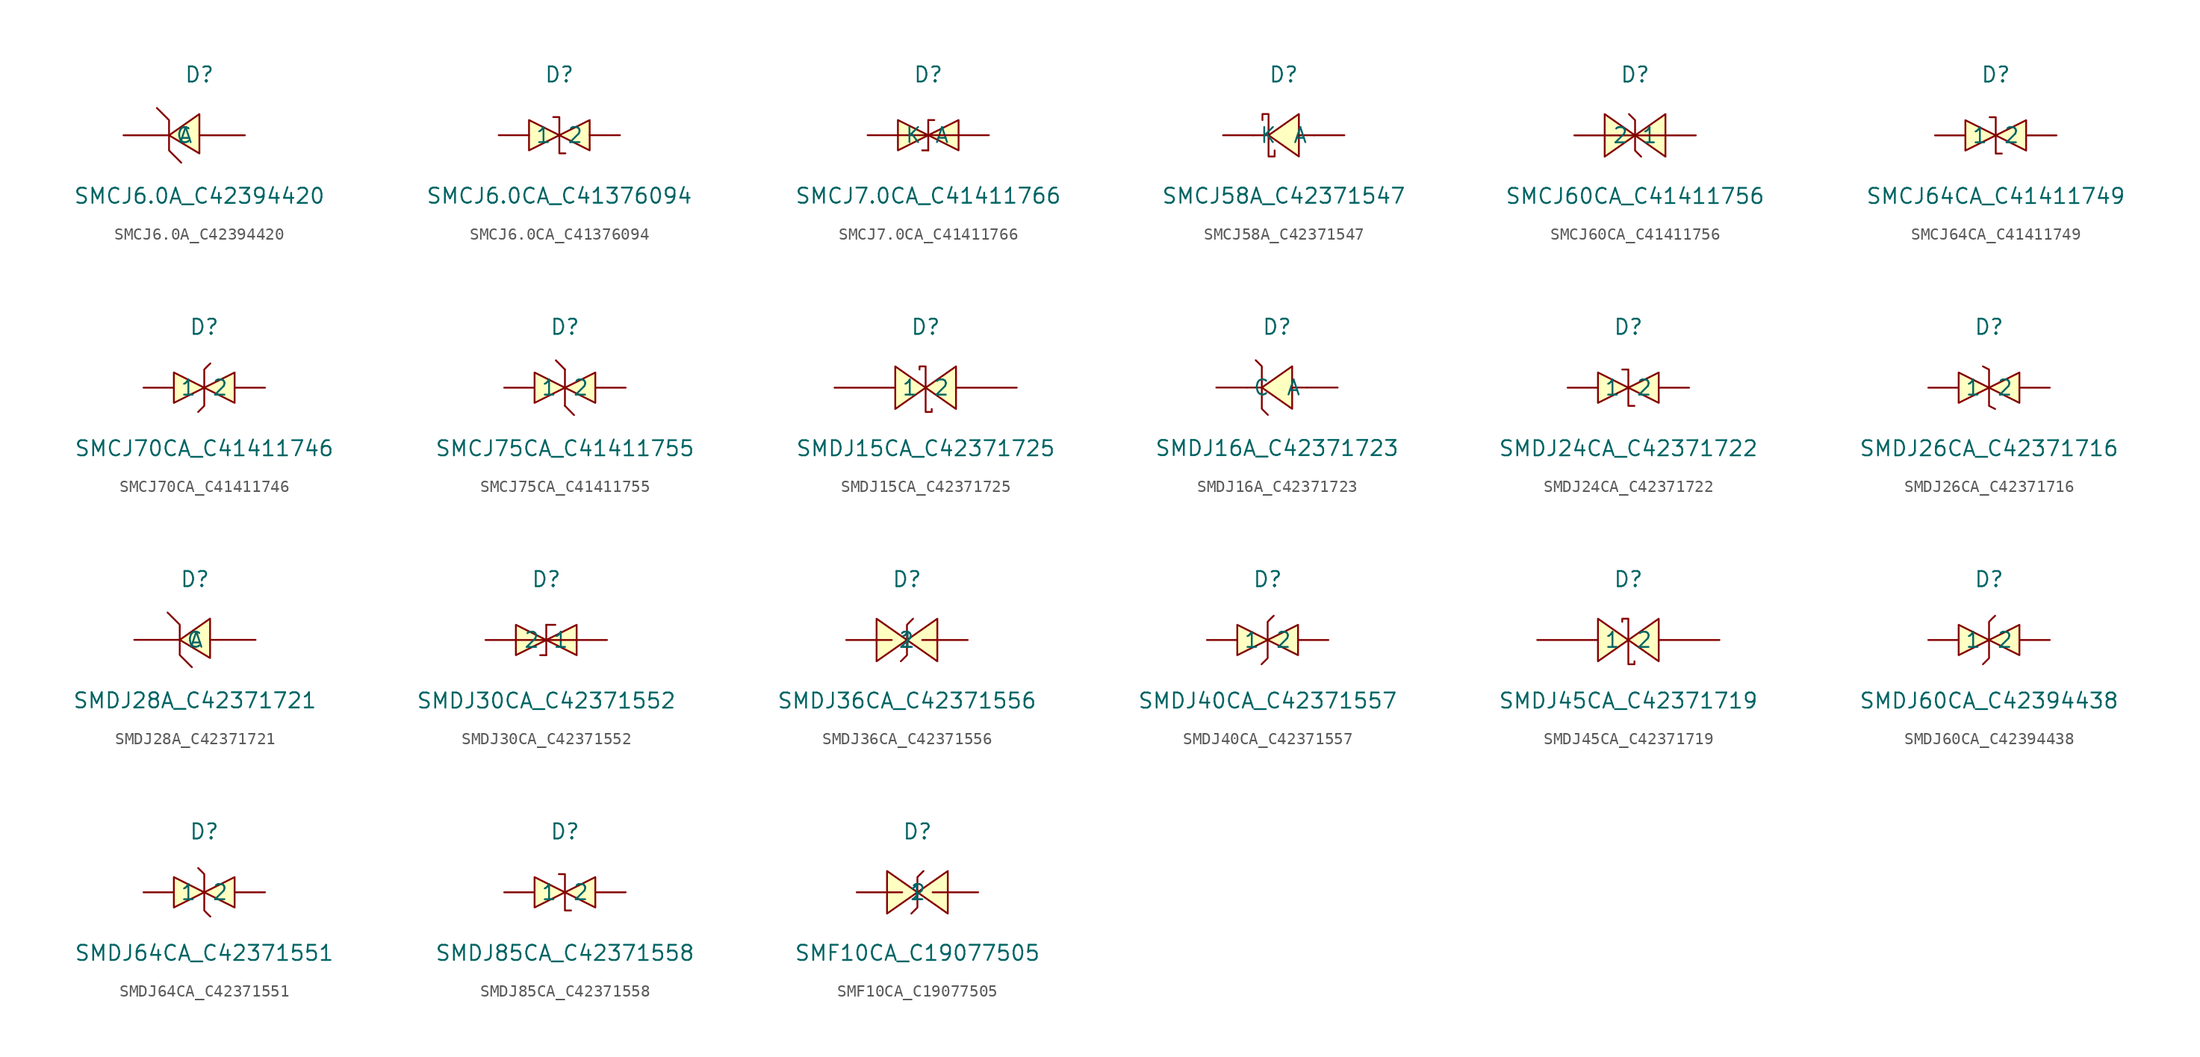
<source format=kicad_sym>
(kicad_symbol_lib
  (version 20241209)
  (generator "kicad_symbol_editor")
  (generator_version "9.0")
  (symbol "SMCJ6.0A_C42394420"
    (pin_numbers
      (hide yes))
    (property "Reference" "D"
      (at 0 5.08 0)
      (effects (font (size 1.27 1.27))))
    (property "Value" "SMCJ6.0A_C42394420"
      (at 0 -5.08 0)
      (effects (font (size 1.27 1.27))))
    (symbol "SMCJ6.0A_C42394420_0_1"
      (polyline (pts (xy -3.56 2.29) (xy -2.54 1.27) (xy -2.54 -1.27) (xy -1.52 -2.29)) (stroke (width 0) (type default)) (fill (type none)))
      (polyline (pts (xy 0 -1.52) (xy -2.54 0) (xy 0 1.78) (xy 0 -1.52)) (stroke (width 0) (type default)) (fill (type background)))
      (pin unspecified line (at -6.35 0 0) (length 3.81) (name "C" (effects (font (size 1.27 1.27)))) (number "1" (effects (font (size 1.27 1.27)))))
      (pin unspecified line (at 3.81 0 180) (length 3.81) (name "A" (effects (font (size 1.27 1.27)))) (number "2" (effects (font (size 1.27 1.27)))))))
  (symbol "SMCJ6.0CA_C41376094"
    (pin_numbers
      (hide yes))
    (property "Reference" "D"
      (at 0 5.08 0)
      (effects (font (size 1.27 1.27))))
    (property "Value" "SMCJ6.0CA_C41376094"
      (at 0 -5.08 0)
      (effects (font (size 1.27 1.27))))
    (symbol "SMCJ6.0CA_C41376094_0_1"
      (polyline (pts (xy -2.54 1.27) (xy 0 0) (xy -2.54 -1.27) (xy -2.54 1.27)) (stroke (width 0) (type default)) (fill (type background)))
      (polyline (pts (xy -0.51 1.52) (xy -0.51 1.52) (xy 0 1.52) (xy 0 -1.52) (xy 0.51 -1.52) (xy 0.51 -1.52)) (stroke (width 0) (type default)) (fill (type none)))
      (polyline (pts (xy 2.54 1.27) (xy 0 0) (xy 2.54 -1.27) (xy 2.54 1.27)) (stroke (width 0) (type default)) (fill (type background)))
      (pin unspecified line (at -5.08 0 0) (length 2.54) (name "1" (effects (font (size 1.27 1.27)))) (number "1" (effects (font (size 1.27 1.27)))))
      (pin unspecified line (at 5.08 0 180) (length 2.54) (name "2" (effects (font (size 1.27 1.27)))) (number "2" (effects (font (size 1.27 1.27)))))))
  (symbol "SMCJ7.0CA_C41411766"
    (pin_numbers
      (hide yes))
    (property "Reference" "D"
      (at 0 5.08 0)
      (effects (font (size 1.27 1.27))))
    (property "Value" "SMCJ7.0CA_C41411766"
      (at 0 -5.08 0)
      (effects (font (size 1.27 1.27))))
    (symbol "SMCJ7.0CA_C41411766_0_1"
      (polyline (pts (xy -2.54 -1.27) (xy 0 0) (xy -2.54 1.27) (xy -2.54 -1.27)) (stroke (width 0) (type default)) (fill (type background)))
      (polyline (pts (xy 0 1.27) (xy 0 0)) (stroke (width 0) (type default)) (fill (type none)))
      (polyline (pts (xy 0 0) (xy 0 -1.27)) (stroke (width 0) (type default)) (fill (type none)))
      (polyline (pts (xy 0 -1.27) (xy -0.51 -1.27)) (stroke (width 0) (type default)) (fill (type none)))
      (polyline (pts (xy 0.51 1.27) (xy 0 1.27)) (stroke (width 0) (type default)) (fill (type none)))
      (polyline (pts (xy 2.54 -1.27) (xy 0 0) (xy 2.54 1.27) (xy 2.54 -1.27)) (stroke (width 0) (type default)) (fill (type background)))
      (pin unspecified line (at -5.08 0 0) (length 5.08) (name "A" (effects (font (size 1.27 1.27)))) (number "2" (effects (font (size 1.27 1.27)))))
      (pin unspecified line (at 5.08 0 180) (length 5.08) (name "K" (effects (font (size 1.27 1.27)))) (number "1" (effects (font (size 1.27 1.27)))))))
  (symbol "SMCJ58A_C42371547"
    (pin_numbers
      (hide yes))
    (property "Reference" "D"
      (at 0 5.08 0)
      (effects (font (size 1.27 1.27))))
    (property "Value" "SMCJ58A_C42371547"
      (at 0 -5.08 0)
      (effects (font (size 1.27 1.27))))
    (symbol "SMCJ58A_C42371547_0_1"
      (polyline (pts (xy -1.78 1.27) (xy -1.78 1.78) (xy -1.27 1.78) (xy -1.27 -1.78) (xy -0.76 -1.78) (xy -0.76 -1.27)) (stroke (width 0) (type default)) (fill (type none)))
      (polyline (pts (xy -1.27 0) (xy -2.54 0)) (stroke (width 0) (type default)) (fill (type none)))
      (polyline (pts (xy 1.27 1.78) (xy -1.27 0) (xy 1.27 -1.78) (xy 1.27 1.78)) (stroke (width 0) (type default)) (fill (type background)))
      (polyline (pts (xy 2.54 0) (xy 1.27 0)) (stroke (width 0) (type default)) (fill (type none)))
      (pin unspecified line (at -5.08 0 0) (length 2.54) (name "K" (effects (font (size 1.27 1.27)))) (number "1" (effects (font (size 1.27 1.27)))))
      (pin unspecified line (at 5.08 0 180) (length 2.54) (name "A" (effects (font (size 1.27 1.27)))) (number "2" (effects (font (size 1.27 1.27)))))))
  (symbol "SMCJ60CA_C41411756"
    (pin_numbers
      (hide yes))
    (property "Reference" "D"
      (at 0 5.08 0)
      (effects (font (size 1.27 1.27))))
    (property "Value" "SMCJ60CA_C41411756"
      (at 0 -5.08 0)
      (effects (font (size 1.27 1.27))))
    (symbol "SMCJ60CA_C41411756_0_1"
      (polyline (pts (xy -2.54 -1.78) (xy 0 0) (xy -2.54 1.78) (xy -2.54 -1.78)) (stroke (width 0) (type default)) (fill (type background)))
      (polyline (pts (xy -0.51 1.78) (xy 0 1.27) (xy 0 -1.27) (xy 0.51 -1.78)) (stroke (width 0) (type default)) (fill (type none)))
      (polyline (pts (xy 2.54 1.78) (xy 0 0) (xy 2.54 -1.78) (xy 2.54 1.78)) (stroke (width 0) (type default)) (fill (type background)))
      (pin unspecified line (at -5.08 0 0) (length 5.08) (name "1" (effects (font (size 1.27 1.27)))) (number "1" (effects (font (size 1.27 1.27)))))
      (pin unspecified line (at 5.08 0 180) (length 5.08) (name "2" (effects (font (size 1.27 1.27)))) (number "2" (effects (font (size 1.27 1.27)))))))
  (symbol "SMCJ64CA_C41411749"
    (pin_numbers
      (hide yes))
    (property "Reference" "D"
      (at 0 5.08 0)
      (effects (font (size 1.27 1.27))))
    (property "Value" "SMCJ64CA_C41411749"
      (at 0 -5.08 0)
      (effects (font (size 1.27 1.27))))
    (symbol "SMCJ64CA_C41411749_0_1"
      (polyline (pts (xy -2.54 1.27) (xy 0 0) (xy -2.54 -1.27) (xy -2.54 1.27)) (stroke (width 0) (type default)) (fill (type background)))
      (polyline (pts (xy -0.51 1.52) (xy -0.51 1.52) (xy 0 1.52) (xy 0 -1.52) (xy 0.51 -1.52) (xy 0.51 -1.52)) (stroke (width 0) (type default)) (fill (type none)))
      (polyline (pts (xy 2.54 1.27) (xy 0 0) (xy 2.54 -1.27) (xy 2.54 1.27)) (stroke (width 0) (type default)) (fill (type background)))
      (pin unspecified line (at -5.08 0 0) (length 2.54) (name "1" (effects (font (size 1.27 1.27)))) (number "1" (effects (font (size 1.27 1.27)))))
      (pin unspecified line (at 5.08 0 180) (length 2.54) (name "2" (effects (font (size 1.27 1.27)))) (number "2" (effects (font (size 1.27 1.27)))))))
  (symbol "SMCJ70CA_C41411746"
    (pin_numbers
      (hide yes))
    (property "Reference" "D"
      (at 0 5.08 0)
      (effects (font (size 1.27 1.27))))
    (property "Value" "SMCJ70CA_C41411746"
      (at 0 -5.08 0)
      (effects (font (size 1.27 1.27))))
    (symbol "SMCJ70CA_C41411746_0_1"
      (polyline (pts (xy -2.54 1.27) (xy 0 0) (xy -2.54 -1.27) (xy -2.54 1.27)) (stroke (width 0) (type default)) (fill (type background)))
      (polyline (pts (xy 0.51 2.03) (xy 0.25 1.78) (xy 0 1.52) (xy 0 -1.52) (xy -0.51 -2.03) (xy -0.51 -2.03)) (stroke (width 0) (type default)) (fill (type none)))
      (polyline (pts (xy 2.54 1.27) (xy 0 0) (xy 2.54 -1.27) (xy 2.54 1.27)) (stroke (width 0) (type default)) (fill (type background)))
      (pin unspecified line (at -5.08 0 0) (length 2.54) (name "1" (effects (font (size 1.27 1.27)))) (number "1" (effects (font (size 1.27 1.27)))))
      (pin unspecified line (at 5.08 0 180) (length 2.54) (name "2" (effects (font (size 1.27 1.27)))) (number "2" (effects (font (size 1.27 1.27)))))))
  (symbol "SMCJ75CA_C41411755"
    (pin_numbers
      (hide yes))
    (property "Reference" "D"
      (at 0 5.08 0)
      (effects (font (size 1.27 1.27))))
    (property "Value" "SMCJ75CA_C41411755"
      (at 0 -5.08 0)
      (effects (font (size 1.27 1.27))))
    (symbol "SMCJ75CA_C41411755_0_1"
      (polyline (pts (xy -2.54 1.27) (xy 0 0) (xy -2.54 -1.27) (xy -2.54 1.27)) (stroke (width 0) (type default)) (fill (type background)))
      (polyline (pts (xy 0 1.52) (xy -0.76 2.29)) (stroke (width 0) (type default)) (fill (type none)))
      (polyline (pts (xy 0 1.52) (xy 0 -1.52)) (stroke (width 0) (type default)) (fill (type none)))
      (polyline (pts (xy 0.76 -2.29) (xy 0 -1.52)) (stroke (width 0) (type default)) (fill (type none)))
      (polyline (pts (xy 2.54 1.27) (xy 0 0) (xy 2.54 -1.27) (xy 2.54 1.27)) (stroke (width 0) (type default)) (fill (type background)))
      (pin unspecified line (at -5.08 0 0) (length 2.54) (name "1" (effects (font (size 1.27 1.27)))) (number "1" (effects (font (size 1.27 1.27)))))
      (pin unspecified line (at 5.08 0 180) (length 2.54) (name "2" (effects (font (size 1.27 1.27)))) (number "2" (effects (font (size 1.27 1.27)))))))
  (symbol "SMDJ15CA_C42371725"
    (pin_numbers
      (hide yes))
    (property "Reference" "D"
      (at 0 5.08 0)
      (effects (font (size 1.27 1.27))))
    (property "Value" "SMDJ15CA_C42371725"
      (at 0 -5.08 0)
      (effects (font (size 1.27 1.27))))
    (symbol "SMDJ15CA_C42371725_0_1"
      (polyline (pts (xy -2.54 -1.78) (xy 0 0) (xy -2.54 1.78) (xy -2.54 -1.78)) (stroke (width 0) (type default)) (fill (type background)))
      (polyline (pts (xy -0.51 1.52) (xy -0.51 1.78) (xy 0 1.78) (xy 0 -2.03) (xy 0.51 -2.03) (xy 0.51 -1.78)) (stroke (width 0) (type default)) (fill (type none)))
      (polyline (pts (xy 2.54 1.78) (xy 0 0) (xy 2.54 -1.78) (xy 2.54 1.78)) (stroke (width 0) (type default)) (fill (type background)))
      (pin unspecified line (at -7.62 0 0) (length 5.08) (name "1" (effects (font (size 1.27 1.27)))) (number "1" (effects (font (size 1.27 1.27)))))
      (pin unspecified line (at 7.62 0 180) (length 5.08) (name "2" (effects (font (size 1.27 1.27)))) (number "2" (effects (font (size 1.27 1.27)))))))
  (symbol "SMDJ16A_C42371723"
    (pin_numbers
      (hide yes))
    (property "Reference" "D"
      (at 0 5.08 0)
      (effects (font (size 1.27 1.27))))
    (property "Value" "SMDJ16A_C42371723"
      (at 0 -5.08 0)
      (effects (font (size 1.27 1.27))))
    (symbol "SMDJ16A_C42371723_0_1"
      (polyline (pts (xy -1.78 2.29) (xy -1.78 2.29) (xy -1.27 1.78) (xy -1.27 -1.78) (xy -0.76 -2.29) (xy -0.76 -2.29)) (stroke (width 0) (type default)) (fill (type none)))
      (polyline (pts (xy -1.27 0) (xy -2.54 0)) (stroke (width 0) (type default)) (fill (type none)))
      (polyline (pts (xy 1.27 1.78) (xy -1.27 0) (xy 1.27 -1.78) (xy 1.27 1.78)) (stroke (width 0) (type default)) (fill (type background)))
      (polyline (pts (xy 2.54 0) (xy 1.27 0)) (stroke (width 0) (type default)) (fill (type none)))
      (pin unspecified line (at -5.08 0 0) (length 2.54) (name "C" (effects (font (size 1.27 1.27)))) (number "1" (effects (font (size 1.27 1.27)))))
      (pin unspecified line (at 5.08 0 180) (length 2.54) (name "A" (effects (font (size 1.27 1.27)))) (number "2" (effects (font (size 1.27 1.27)))))))
  (symbol "SMDJ24CA_C42371722"
    (pin_numbers
      (hide yes))
    (property "Reference" "D"
      (at 0 5.08 0)
      (effects (font (size 1.27 1.27))))
    (property "Value" "SMDJ24CA_C42371722"
      (at 0 -5.08 0)
      (effects (font (size 1.27 1.27))))
    (symbol "SMDJ24CA_C42371722_0_1"
      (polyline (pts (xy -2.54 1.27) (xy 0 0) (xy -2.54 -1.27) (xy -2.54 1.27)) (stroke (width 0) (type default)) (fill (type background)))
      (polyline (pts (xy -0.51 1.52) (xy -0.51 1.52) (xy 0 1.52) (xy 0 -1.52) (xy 0.51 -1.52) (xy 0.51 -1.52)) (stroke (width 0) (type default)) (fill (type none)))
      (polyline (pts (xy 2.54 1.27) (xy 0 0) (xy 2.54 -1.27) (xy 2.54 1.27)) (stroke (width 0) (type default)) (fill (type background)))
      (pin unspecified line (at -5.08 0 0) (length 2.54) (name "1" (effects (font (size 1.27 1.27)))) (number "1" (effects (font (size 1.27 1.27)))))
      (pin unspecified line (at 5.08 0 180) (length 2.54) (name "2" (effects (font (size 1.27 1.27)))) (number "2" (effects (font (size 1.27 1.27)))))))
  (symbol "SMDJ26CA_C42371716"
    (pin_numbers
      (hide yes))
    (property "Reference" "D"
      (at 0 5.08 0)
      (effects (font (size 1.27 1.27))))
    (property "Value" "SMDJ26CA_C42371716"
      (at 0 -5.08 0)
      (effects (font (size 1.27 1.27))))
    (symbol "SMDJ26CA_C42371716_0_1"
      (polyline (pts (xy -2.54 1.27) (xy 0 0) (xy -2.54 -1.27) (xy -2.54 1.27)) (stroke (width 0) (type default)) (fill (type background)))
      (polyline (pts (xy -0.51 1.78) (xy -0.51 1.78) (xy 0 1.52) (xy 0 -1.52) (xy 0.51 -1.78) (xy 0.51 -1.78)) (stroke (width 0) (type default)) (fill (type none)))
      (polyline (pts (xy 2.54 1.27) (xy 0 0) (xy 2.54 -1.27) (xy 2.54 1.27)) (stroke (width 0) (type default)) (fill (type background)))
      (pin unspecified line (at -5.08 0 0) (length 2.54) (name "1" (effects (font (size 1.27 1.27)))) (number "1" (effects (font (size 1.27 1.27)))))
      (pin unspecified line (at 5.08 0 180) (length 2.54) (name "2" (effects (font (size 1.27 1.27)))) (number "2" (effects (font (size 1.27 1.27)))))))
  (symbol "SMDJ28A_C42371721"
    (pin_numbers
      (hide yes))
    (property "Reference" "D"
      (at 0 5.08 0)
      (effects (font (size 1.27 1.27))))
    (property "Value" "SMDJ28A_C42371721"
      (at 0 -5.08 0)
      (effects (font (size 1.27 1.27))))
    (symbol "SMDJ28A_C42371721_0_1"
      (polyline (pts (xy -2.29 2.29) (xy -1.27 1.27) (xy -1.27 -1.27) (xy -0.25 -2.29)) (stroke (width 0) (type default)) (fill (type none)))
      (polyline (pts (xy 1.27 -1.52) (xy -1.27 0) (xy 1.27 1.78) (xy 1.27 -1.52)) (stroke (width 0) (type default)) (fill (type background)))
      (pin unspecified line (at -5.08 0 0) (length 3.81) (name "C" (effects (font (size 1.27 1.27)))) (number "1" (effects (font (size 1.27 1.27)))))
      (pin unspecified line (at 5.08 0 180) (length 3.81) (name "A" (effects (font (size 1.27 1.27)))) (number "2" (effects (font (size 1.27 1.27)))))))
  (symbol "SMDJ30CA_C42371552"
    (pin_numbers
      (hide yes))
    (property "Reference" "D"
      (at 0 5.08 0)
      (effects (font (size 1.27 1.27))))
    (property "Value" "SMDJ30CA_C42371552"
      (at 0 -5.08 0)
      (effects (font (size 1.27 1.27))))
    (symbol "SMDJ30CA_C42371552_0_1"
      (polyline (pts (xy -2.54 1.27) (xy 0 0) (xy -2.54 -1.27) (xy -2.54 1.27)) (stroke (width 0) (type default)) (fill (type background)))
      (polyline (pts (xy -0.51 -1.27) (xy 0 -1.27)) (stroke (width 0) (type default)) (fill (type none)))
      (polyline (pts (xy 0 1.27) (xy 0.76 1.27)) (stroke (width 0) (type default)) (fill (type none)))
      (polyline (pts (xy 0 0) (xy 0 1.27)) (stroke (width 0) (type default)) (fill (type none)))
      (polyline (pts (xy 0 -1.27) (xy 0 0)) (stroke (width 0) (type default)) (fill (type none)))
      (polyline (pts (xy 2.54 1.27) (xy 0 0) (xy 2.54 -1.27) (xy 2.54 1.27)) (stroke (width 0) (type default)) (fill (type background)))
      (pin unspecified line (at -5.08 0 0) (length 5.08) (name "1" (effects (font (size 1.27 1.27)))) (number "1" (effects (font (size 1.27 1.27)))))
      (pin unspecified line (at 5.08 0 180) (length 5.08) (name "2" (effects (font (size 1.27 1.27)))) (number "2" (effects (font (size 1.27 1.27)))))))
  (symbol "SMDJ36CA_C42371556"
    (pin_numbers
      (hide yes))
    (property "Reference" "D"
      (at 0 5.08 0)
      (effects (font (size 1.27 1.27))))
    (property "Value" "SMDJ36CA_C42371556"
      (at 0 -5.08 0)
      (effects (font (size 1.27 1.27))))
    (symbol "SMDJ36CA_C42371556_0_1"
      (polyline (pts (xy -2.54 -1.78) (xy 0 0) (xy -2.54 1.78) (xy -2.54 -1.78)) (stroke (width 0) (type default)) (fill (type background)))
      (polyline (pts (xy -0.51 -1.78) (xy 0 -1.27) (xy 0 1.27) (xy 0.51 1.78)) (stroke (width 0) (type default)) (fill (type none)))
      (polyline (pts (xy 2.54 1.78) (xy 0 0) (xy 2.54 -1.78) (xy 2.54 1.78)) (stroke (width 0) (type default)) (fill (type background)))
      (pin unspecified line (at -5.08 0 0) (length 3.81) (name "2" (effects (font (size 1.27 1.27)))) (number "2" (effects (font (size 1.27 1.27)))))
      (pin unspecified line (at 5.08 0 180) (length 3.81) (name "1" (effects (font (size 1.27 1.27)))) (number "1" (effects (font (size 1.27 1.27)))))))
  (symbol "SMDJ40CA_C42371557"
    (pin_numbers
      (hide yes))
    (property "Reference" "D"
      (at 0 5.08 0)
      (effects (font (size 1.27 1.27))))
    (property "Value" "SMDJ40CA_C42371557"
      (at 0 -5.08 0)
      (effects (font (size 1.27 1.27))))
    (symbol "SMDJ40CA_C42371557_0_1"
      (polyline (pts (xy -2.54 1.27) (xy 0 0) (xy -2.54 -1.27) (xy -2.54 1.27)) (stroke (width 0) (type default)) (fill (type background)))
      (polyline (pts (xy 0.51 2.03) (xy 0.25 1.78) (xy 0 1.52) (xy 0 -1.52) (xy -0.51 -2.03) (xy -0.51 -2.03)) (stroke (width 0) (type default)) (fill (type none)))
      (polyline (pts (xy 2.54 1.27) (xy 0 0) (xy 2.54 -1.27) (xy 2.54 1.27)) (stroke (width 0) (type default)) (fill (type background)))
      (pin unspecified line (at -5.08 0 0) (length 2.54) (name "1" (effects (font (size 1.27 1.27)))) (number "1" (effects (font (size 1.27 1.27)))))
      (pin unspecified line (at 5.08 0 180) (length 2.54) (name "2" (effects (font (size 1.27 1.27)))) (number "2" (effects (font (size 1.27 1.27)))))))
  (symbol "SMDJ45CA_C42371719"
    (pin_numbers
      (hide yes))
    (property "Reference" "D"
      (at 0 5.08 0)
      (effects (font (size 1.27 1.27))))
    (property "Value" "SMDJ45CA_C42371719"
      (at 0 -5.08 0)
      (effects (font (size 1.27 1.27))))
    (symbol "SMDJ45CA_C42371719_0_1"
      (polyline (pts (xy -2.54 -1.78) (xy 0 0) (xy -2.54 1.78) (xy -2.54 -1.78)) (stroke (width 0) (type default)) (fill (type background)))
      (polyline (pts (xy -0.51 1.52) (xy -0.51 1.78) (xy 0 1.78) (xy 0 -2.03) (xy 0.51 -2.03) (xy 0.51 -1.78)) (stroke (width 0) (type default)) (fill (type none)))
      (polyline (pts (xy 2.54 1.78) (xy 0 0) (xy 2.54 -1.78) (xy 2.54 1.78)) (stroke (width 0) (type default)) (fill (type background)))
      (pin unspecified line (at -7.62 0 0) (length 5.08) (name "1" (effects (font (size 1.27 1.27)))) (number "1" (effects (font (size 1.27 1.27)))))
      (pin unspecified line (at 7.62 0 180) (length 5.08) (name "2" (effects (font (size 1.27 1.27)))) (number "2" (effects (font (size 1.27 1.27)))))))
  (symbol "SMDJ60CA_C42394438"
    (pin_numbers
      (hide yes))
    (property "Reference" "D"
      (at 0 5.08 0)
      (effects (font (size 1.27 1.27))))
    (property "Value" "SMDJ60CA_C42394438"
      (at 0 -5.08 0)
      (effects (font (size 1.27 1.27))))
    (symbol "SMDJ60CA_C42394438_0_1"
      (polyline (pts (xy -2.54 1.27) (xy 0 0) (xy -2.54 -1.27) (xy -2.54 1.27)) (stroke (width 0) (type default)) (fill (type background)))
      (polyline (pts (xy 0.51 2.03) (xy 0.25 1.78) (xy 0 1.52) (xy 0 -1.52) (xy -0.51 -2.03) (xy -0.51 -2.03)) (stroke (width 0) (type default)) (fill (type none)))
      (polyline (pts (xy 2.54 1.27) (xy 0 0) (xy 2.54 -1.27) (xy 2.54 1.27)) (stroke (width 0) (type default)) (fill (type background)))
      (pin unspecified line (at -5.08 0 0) (length 2.54) (name "1" (effects (font (size 1.27 1.27)))) (number "1" (effects (font (size 1.27 1.27)))))
      (pin unspecified line (at 5.08 0 180) (length 2.54) (name "2" (effects (font (size 1.27 1.27)))) (number "2" (effects (font (size 1.27 1.27)))))))
  (symbol "SMDJ64CA_C42371551"
    (pin_numbers
      (hide yes))
    (property "Reference" "D"
      (at 0 5.08 0)
      (effects (font (size 1.27 1.27))))
    (property "Value" "SMDJ64CA_C42371551"
      (at 0 -5.08 0)
      (effects (font (size 1.27 1.27))))
    (symbol "SMDJ64CA_C42371551_0_1"
      (polyline (pts (xy -2.54 1.27) (xy 0 0) (xy -2.54 -1.27) (xy -2.54 1.27)) (stroke (width 0) (type default)) (fill (type background)))
      (polyline (pts (xy -0.51 2.03) (xy -0.51 2.03) (xy 0 1.52) (xy 0 -1.52) (xy 0.25 -1.78) (xy 0.51 -2.03)) (stroke (width 0) (type default)) (fill (type none)))
      (polyline (pts (xy 2.54 1.27) (xy 0 0) (xy 2.54 -1.27) (xy 2.54 1.27)) (stroke (width 0) (type default)) (fill (type background)))
      (pin unspecified line (at -5.08 0 0) (length 2.54) (name "1" (effects (font (size 1.27 1.27)))) (number "1" (effects (font (size 1.27 1.27)))))
      (pin unspecified line (at 5.08 0 180) (length 2.54) (name "2" (effects (font (size 1.27 1.27)))) (number "2" (effects (font (size 1.27 1.27)))))))
  (symbol "SMDJ85CA_C42371558"
    (pin_numbers
      (hide yes))
    (property "Reference" "D"
      (at 0 5.08 0)
      (effects (font (size 1.27 1.27))))
    (property "Value" "SMDJ85CA_C42371558"
      (at 0 -5.08 0)
      (effects (font (size 1.27 1.27))))
    (symbol "SMDJ85CA_C42371558_0_1"
      (polyline (pts (xy -2.54 1.27) (xy 0 0) (xy -2.54 -1.27) (xy -2.54 1.27)) (stroke (width 0) (type default)) (fill (type background)))
      (polyline (pts (xy -0.51 1.52) (xy -0.51 1.52) (xy 0 1.52) (xy 0 -1.52) (xy 0.51 -1.52) (xy 0.51 -1.52)) (stroke (width 0) (type default)) (fill (type none)))
      (polyline (pts (xy 2.54 1.27) (xy 0 0) (xy 2.54 -1.27) (xy 2.54 1.27)) (stroke (width 0) (type default)) (fill (type background)))
      (pin unspecified line (at -5.08 0 0) (length 2.54) (name "1" (effects (font (size 1.27 1.27)))) (number "1" (effects (font (size 1.27 1.27)))))
      (pin unspecified line (at 5.08 0 180) (length 2.54) (name "2" (effects (font (size 1.27 1.27)))) (number "2" (effects (font (size 1.27 1.27)))))))
  (symbol "SMF10CA_C19077505"
    (pin_numbers
      (hide yes))
    (property "Reference" "D"
      (at 0 5.08 0)
      (effects (font (size 1.27 1.27))))
    (property "Value" "SMF10CA_C19077505"
      (at 0 -5.08 0)
      (effects (font (size 1.27 1.27))))
    (symbol "SMF10CA_C19077505_0_1"
      (polyline (pts (xy -2.54 -1.78) (xy 0 0) (xy -2.54 1.78) (xy -2.54 -1.78)) (stroke (width 0) (type default)) (fill (type background)))
      (polyline (pts (xy 0.51 1.78) (xy 0 1.27) (xy 0 -1.27) (xy -0.51 -1.78)) (stroke (width 0) (type default)) (fill (type none)))
      (polyline (pts (xy 2.54 1.78) (xy 0 0) (xy 2.54 -1.78) (xy 2.54 1.78)) (stroke (width 0) (type default)) (fill (type background)))
      (pin unspecified line (at -5.08 0 0) (length 3.81) (name "1" (effects (font (size 1.27 1.27)))) (number "1" (effects (font (size 1.27 1.27)))))
      (pin unspecified line (at 5.08 0 180) (length 3.81) (name "2" (effects (font (size 1.27 1.27)))) (number "2" (effects (font (size 1.27 1.27))))))))
</source>
